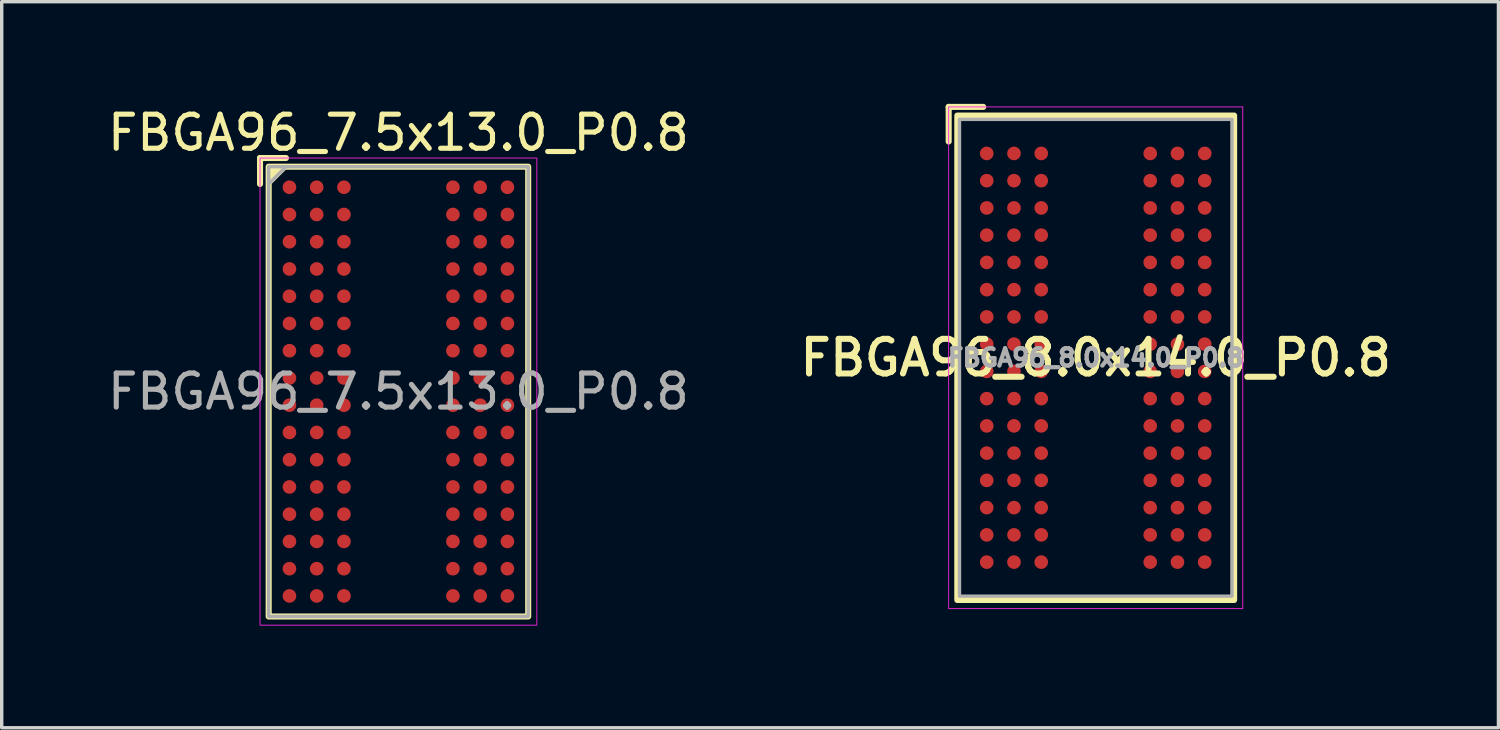
<source format=kicad_pcb>
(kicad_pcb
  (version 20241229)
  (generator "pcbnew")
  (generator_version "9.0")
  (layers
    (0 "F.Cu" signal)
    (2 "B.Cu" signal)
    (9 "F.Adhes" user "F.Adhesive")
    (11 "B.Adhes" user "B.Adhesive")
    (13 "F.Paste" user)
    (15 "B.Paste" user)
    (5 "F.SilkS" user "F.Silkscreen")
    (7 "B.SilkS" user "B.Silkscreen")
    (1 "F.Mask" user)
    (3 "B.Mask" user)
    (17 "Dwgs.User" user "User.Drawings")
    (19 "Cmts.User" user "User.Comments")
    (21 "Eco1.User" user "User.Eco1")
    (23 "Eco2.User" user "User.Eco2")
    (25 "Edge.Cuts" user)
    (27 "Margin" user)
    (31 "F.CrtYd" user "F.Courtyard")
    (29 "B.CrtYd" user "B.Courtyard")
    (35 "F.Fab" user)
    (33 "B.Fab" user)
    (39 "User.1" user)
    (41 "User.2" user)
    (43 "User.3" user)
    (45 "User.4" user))
  (footprint "FBGA96_7.5x13.0_P0.8"
    (layer "F.Cu")
    (at 8.649 8.448)
    (property "Reference" "FBGA96_7.5x13.0_P0.8" (at 0 -7.6 0) (unlocked yes) (layer "F.SilkS") (effects (font (size 1 1) (thickness 0.15))))
    (attr smd)
    (fp_line (start -4.064 -6.858) (end -3.302 -6.858) (stroke (width 0.178) (type solid)) (layer "F.SilkS"))
    (fp_line (start -4.064 -6.096) (end -4.064 -6.858) (stroke (width 0.178) (type solid)) (layer "F.SilkS"))
    (fp_rect (start 3.81 6.604) (end -3.81 -6.604) (stroke (width 0.178) (type solid)) (fill no) (layer "F.SilkS"))
    (fp_poly (pts (xy -3.81 -6.096) (xy -3.81 -6.604) (xy -3.302 -6.604)) (stroke (width 0.12) (type solid)) (fill yes) (layer "F.SilkS"))
    (fp_rect (start -4.064 -6.858) (end 4.064 6.858) (stroke (width 0.025) (type solid)) (fill no) (layer "F.CrtYd"))
    (fp_line (start -3.81 -6.096) (end -3.302 -6.604) (stroke (width 0.1) (type solid)) (layer "F.Fab"))
    (fp_rect (start -3.81 -6.604) (end 3.81 6.604) (stroke (width 0.1) (type solid)) (fill no) (layer "F.Fab"))
    (fp_text user "${REFERENCE}" (at 0 0 0) (unlocked yes) (layer "F.Fab") (effects (font (size 1 1) (thickness 0.15))))
    (pad "A1" smd circle (at -3.2 -6) (size 0.4 0.4) (layers "F.Cu" "F.Mask" "F.Paste"))
    (pad "A2" smd circle (at -2.4 -6) (size 0.4 0.4) (layers "F.Cu" "F.Mask" "F.Paste"))
    (pad "A3" smd circle (at -1.6 -6) (size 0.4 0.4) (layers "F.Cu" "F.Mask" "F.Paste"))
    (pad "A7" smd circle (at 1.6 -6) (size 0.4 0.4) (layers "F.Cu" "F.Mask" "F.Paste"))
    (pad "A8" smd circle (at 2.4 -6) (size 0.4 0.4) (layers "F.Cu" "F.Mask" "F.Paste"))
    (pad "A9" smd circle (at 3.2 -6) (size 0.4 0.4) (layers "F.Cu" "F.Mask" "F.Paste"))
    (pad "B1" smd circle (at -3.2 -5.2) (size 0.4 0.4) (layers "F.Cu" "F.Mask" "F.Paste"))
    (pad "B2" smd circle (at -2.4 -5.2) (size 0.4 0.4) (layers "F.Cu" "F.Mask" "F.Paste"))
    (pad "B3" smd circle (at -1.6 -5.2) (size 0.4 0.4) (layers "F.Cu" "F.Mask" "F.Paste"))
    (pad "B7" smd circle (at 1.6 -5.2) (size 0.4 0.4) (layers "F.Cu" "F.Mask" "F.Paste"))
    (pad "B8" smd circle (at 2.4 -5.2) (size 0.4 0.4) (layers "F.Cu" "F.Mask" "F.Paste"))
    (pad "B9" smd circle (at 3.2 -5.2) (size 0.4 0.4) (layers "F.Cu" "F.Mask" "F.Paste"))
    (pad "C1" smd circle (at -3.2 -4.4) (size 0.4 0.4) (layers "F.Cu" "F.Mask" "F.Paste"))
    (pad "C2" smd circle (at -2.4 -4.4) (size 0.4 0.4) (layers "F.Cu" "F.Mask" "F.Paste"))
    (pad "C3" smd circle (at -1.6 -4.4) (size 0.4 0.4) (layers "F.Cu" "F.Mask" "F.Paste"))
    (pad "C7" smd circle (at 1.6 -4.4) (size 0.4 0.4) (layers "F.Cu" "F.Mask" "F.Paste"))
    (pad "C8" smd circle (at 2.4 -4.4) (size 0.4 0.4) (layers "F.Cu" "F.Mask" "F.Paste"))
    (pad "C9" smd circle (at 3.2 -4.4) (size 0.4 0.4) (layers "F.Cu" "F.Mask" "F.Paste"))
    (pad "D1" smd circle (at -3.2 -3.6) (size 0.4 0.4) (layers "F.Cu" "F.Mask" "F.Paste"))
    (pad "D2" smd circle (at -2.4 -3.6) (size 0.4 0.4) (layers "F.Cu" "F.Mask" "F.Paste"))
    (pad "D3" smd circle (at -1.6 -3.6) (size 0.4 0.4) (layers "F.Cu" "F.Mask" "F.Paste"))
    (pad "D7" smd circle (at 1.6 -3.6) (size 0.4 0.4) (layers "F.Cu" "F.Mask" "F.Paste"))
    (pad "D8" smd circle (at 2.4 -3.6) (size 0.4 0.4) (layers "F.Cu" "F.Mask" "F.Paste"))
    (pad "D9" smd circle (at 3.2 -3.6) (size 0.4 0.4) (layers "F.Cu" "F.Mask" "F.Paste"))
    (pad "E1" smd circle (at -3.2 -2.8) (size 0.4 0.4) (layers "F.Cu" "F.Mask" "F.Paste"))
    (pad "E2" smd circle (at -2.4 -2.8) (size 0.4 0.4) (layers "F.Cu" "F.Mask" "F.Paste"))
    (pad "E3" smd circle (at -1.6 -2.8) (size 0.4 0.4) (layers "F.Cu" "F.Mask" "F.Paste"))
    (pad "E7" smd circle (at 1.6 -2.8) (size 0.4 0.4) (layers "F.Cu" "F.Mask" "F.Paste"))
    (pad "E8" smd circle (at 2.4 -2.8) (size 0.4 0.4) (layers "F.Cu" "F.Mask" "F.Paste"))
    (pad "E9" smd circle (at 3.2 -2.8) (size 0.4 0.4) (layers "F.Cu" "F.Mask" "F.Paste"))
    (pad "F1" smd circle (at -3.2 -2) (size 0.4 0.4) (layers "F.Cu" "F.Mask" "F.Paste"))
    (pad "F2" smd circle (at -2.4 -2) (size 0.4 0.4) (layers "F.Cu" "F.Mask" "F.Paste"))
    (pad "F3" smd circle (at -1.6 -2) (size 0.4 0.4) (layers "F.Cu" "F.Mask" "F.Paste"))
    (pad "F7" smd circle (at 1.6 -2) (size 0.4 0.4) (layers "F.Cu" "F.Mask" "F.Paste"))
    (pad "F8" smd circle (at 2.4 -2) (size 0.4 0.4) (layers "F.Cu" "F.Mask" "F.Paste"))
    (pad "F9" smd circle (at 3.2 -2) (size 0.4 0.4) (layers "F.Cu" "F.Mask" "F.Paste"))
    (pad "G1" smd circle (at -3.2 -1.2) (size 0.4 0.4) (layers "F.Cu" "F.Mask" "F.Paste"))
    (pad "G2" smd circle (at -2.4 -1.2) (size 0.4 0.4) (layers "F.Cu" "F.Mask" "F.Paste"))
    (pad "G3" smd circle (at -1.6 -1.2) (size 0.4 0.4) (layers "F.Cu" "F.Mask" "F.Paste"))
    (pad "G7" smd circle (at 1.6 -1.2) (size 0.4 0.4) (layers "F.Cu" "F.Mask" "F.Paste"))
    (pad "G8" smd circle (at 2.4 -1.2) (size 0.4 0.4) (layers "F.Cu" "F.Mask" "F.Paste"))
    (pad "G9" smd circle (at 3.2 -1.2) (size 0.4 0.4) (layers "F.Cu" "F.Mask" "F.Paste"))
    (pad "H1" smd circle (at -3.2 -0.4) (size 0.4 0.4) (layers "F.Cu" "F.Mask" "F.Paste"))
    (pad "H2" smd circle (at -2.4 -0.4) (size 0.4 0.4) (layers "F.Cu" "F.Mask" "F.Paste"))
    (pad "H3" smd circle (at -1.6 -0.4) (size 0.4 0.4) (layers "F.Cu" "F.Mask" "F.Paste"))
    (pad "H7" smd circle (at 1.6 -0.4) (size 0.4 0.4) (layers "F.Cu" "F.Mask" "F.Paste"))
    (pad "H8" smd circle (at 2.4 -0.4) (size 0.4 0.4) (layers "F.Cu" "F.Mask" "F.Paste"))
    (pad "H9" smd circle (at 3.2 -0.4) (size 0.4 0.4) (layers "F.Cu" "F.Mask" "F.Paste"))
    (pad "J1" smd circle (at -3.2 0.4) (size 0.4 0.4) (layers "F.Cu" "F.Mask" "F.Paste"))
    (pad "J2" smd circle (at -2.4 0.4) (size 0.4 0.4) (layers "F.Cu" "F.Mask" "F.Paste"))
    (pad "J3" smd circle (at -1.6 0.4) (size 0.4 0.4) (layers "F.Cu" "F.Mask" "F.Paste"))
    (pad "J7" smd circle (at 1.6 0.4) (size 0.4 0.4) (layers "F.Cu" "F.Mask" "F.Paste"))
    (pad "J8" smd circle (at 2.4 0.4) (size 0.4 0.4) (layers "F.Cu" "F.Mask" "F.Paste"))
    (pad "J9" smd circle (at 3.2 0.4) (size 0.4 0.4) (layers "F.Cu" "F.Mask" "F.Paste"))
    (pad "K1" smd circle (at -3.2 1.2) (size 0.4 0.4) (layers "F.Cu" "F.Mask" "F.Paste"))
    (pad "K2" smd circle (at -2.4 1.2) (size 0.4 0.4) (layers "F.Cu" "F.Mask" "F.Paste"))
    (pad "K3" smd circle (at -1.6 1.2) (size 0.4 0.4) (layers "F.Cu" "F.Mask" "F.Paste"))
    (pad "K7" smd circle (at 1.6 1.2) (size 0.4 0.4) (layers "F.Cu" "F.Mask" "F.Paste"))
    (pad "K8" smd circle (at 2.4 1.2) (size 0.4 0.4) (layers "F.Cu" "F.Mask" "F.Paste"))
    (pad "K9" smd circle (at 3.2 1.2) (size 0.4 0.4) (layers "F.Cu" "F.Mask" "F.Paste"))
    (pad "L1" smd circle (at -3.2 2) (size 0.4 0.4) (layers "F.Cu" "F.Mask" "F.Paste"))
    (pad "L2" smd circle (at -2.4 2) (size 0.4 0.4) (layers "F.Cu" "F.Mask" "F.Paste"))
    (pad "L3" smd circle (at -1.6 2) (size 0.4 0.4) (layers "F.Cu" "F.Mask" "F.Paste"))
    (pad "L7" smd circle (at 1.6 2) (size 0.4 0.4) (layers "F.Cu" "F.Mask" "F.Paste"))
    (pad "L8" smd circle (at 2.4 2) (size 0.4 0.4) (layers "F.Cu" "F.Mask" "F.Paste"))
    (pad "L9" smd circle (at 3.2 2) (size 0.4 0.4) (layers "F.Cu" "F.Mask" "F.Paste"))
    (pad "M1" smd circle (at -3.2 2.8) (size 0.4 0.4) (layers "F.Cu" "F.Mask" "F.Paste"))
    (pad "M2" smd circle (at -2.4 2.8) (size 0.4 0.4) (layers "F.Cu" "F.Mask" "F.Paste"))
    (pad "M3" smd circle (at -1.6 2.8) (size 0.4 0.4) (layers "F.Cu" "F.Mask" "F.Paste"))
    (pad "M7" smd circle (at 1.6 2.8) (size 0.4 0.4) (layers "F.Cu" "F.Mask" "F.Paste"))
    (pad "M8" smd circle (at 2.4 2.8) (size 0.4 0.4) (layers "F.Cu" "F.Mask" "F.Paste"))
    (pad "M9" smd circle (at 3.2 2.8) (size 0.4 0.4) (layers "F.Cu" "F.Mask" "F.Paste"))
    (pad "N1" smd circle (at -3.2 3.6) (size 0.4 0.4) (layers "F.Cu" "F.Mask" "F.Paste"))
    (pad "N2" smd circle (at -2.4 3.6) (size 0.4 0.4) (layers "F.Cu" "F.Mask" "F.Paste"))
    (pad "N3" smd circle (at -1.6 3.6) (size 0.4 0.4) (layers "F.Cu" "F.Mask" "F.Paste"))
    (pad "N7" smd circle (at 1.6 3.6) (size 0.4 0.4) (layers "F.Cu" "F.Mask" "F.Paste"))
    (pad "N8" smd circle (at 2.4 3.6) (size 0.4 0.4) (layers "F.Cu" "F.Mask" "F.Paste"))
    (pad "N9" smd circle (at 3.2 3.6) (size 0.4 0.4) (layers "F.Cu" "F.Mask" "F.Paste"))
    (pad "P1" smd circle (at -3.2 4.4) (size 0.4 0.4) (layers "F.Cu" "F.Mask" "F.Paste"))
    (pad "P2" smd circle (at -2.4 4.4) (size 0.4 0.4) (layers "F.Cu" "F.Mask" "F.Paste"))
    (pad "P3" smd circle (at -1.6 4.4) (size 0.4 0.4) (layers "F.Cu" "F.Mask" "F.Paste"))
    (pad "P7" smd circle (at 1.6 4.4) (size 0.4 0.4) (layers "F.Cu" "F.Mask" "F.Paste"))
    (pad "P8" smd circle (at 2.4 4.4) (size 0.4 0.4) (layers "F.Cu" "F.Mask" "F.Paste"))
    (pad "P9" smd circle (at 3.2 4.4) (size 0.4 0.4) (layers "F.Cu" "F.Mask" "F.Paste"))
    (pad "R1" smd circle (at -3.2 5.2) (size 0.4 0.4) (layers "F.Cu" "F.Mask" "F.Paste"))
    (pad "R2" smd circle (at -2.4 5.2) (size 0.4 0.4) (layers "F.Cu" "F.Mask" "F.Paste"))
    (pad "R3" smd circle (at -1.6 5.2) (size 0.4 0.4) (layers "F.Cu" "F.Mask" "F.Paste"))
    (pad "R7" smd circle (at 1.6 5.2) (size 0.4 0.4) (layers "F.Cu" "F.Mask" "F.Paste"))
    (pad "R8" smd circle (at 2.4 5.2) (size 0.4 0.4) (layers "F.Cu" "F.Mask" "F.Paste"))
    (pad "R9" smd circle (at 3.2 5.2) (size 0.4 0.4) (layers "F.Cu" "F.Mask" "F.Paste"))
    (pad "T1" smd circle (at -3.2 6) (size 0.4 0.4) (layers "F.Cu" "F.Mask" "F.Paste"))
    (pad "T2" smd circle (at -2.4 6) (size 0.4 0.4) (layers "F.Cu" "F.Mask" "F.Paste"))
    (pad "T3" smd circle (at -1.6 6) (size 0.4 0.4) (layers "F.Cu" "F.Mask" "F.Paste"))
    (pad "T7" smd circle (at 1.6 6) (size 0.4 0.4) (layers "F.Cu" "F.Mask" "F.Paste"))
    (pad "T8" smd circle (at 2.4 6) (size 0.4 0.4) (layers "F.Cu" "F.Mask" "F.Paste"))
    (pad "T9" smd circle (at 3.2 6) (size 0.4 0.4) (layers "F.Cu" "F.Mask" "F.Paste")))
  (footprint "FBGA96_8.0x14.0_P0.8"
    (layer "F.Cu")
    (at 29.123 7.455)
    (property "Reference" "FBGA96_8.0x14.0_P0.8" (at 0 0 0) (layer "F.SilkS") (effects (font (size 1.016 1.016) (thickness 0.178))))
    (attr smd)
    (fp_line (start -4.318 -6.35) (end -4.318 -7.366) (stroke (width 0.178) (type solid)) (layer "F.SilkS"))
    (fp_line (start -3.302 -7.366) (end -4.318 -7.366) (stroke (width 0.178) (type solid)) (layer "F.SilkS"))
    (fp_rect (start -4.064 -7.112) (end 4.064 7.112) (stroke (width 0.178) (type solid)) (fill no) (layer "F.SilkS"))
    (fp_rect (start -4.318 -7.366) (end 4.318 7.366) (stroke (width 0.025) (type solid)) (fill no) (layer "F.CrtYd"))
    (fp_rect (start -4 -7) (end 4 7) (stroke (width 0.1) (type solid)) (fill no) (layer "F.Fab"))
    (fp_text user "${REFERENCE}" (at 0 0 0) (layer "F.Fab") (effects (font (size 0.508 0.508) (thickness 0.127))))
    (pad "A1" smd circle (at -3.2 -6) (size 0.4 0.4) (layers "F.Cu" "F.Mask" "F.Paste"))
    (pad "A2" smd circle (at -2.4 -6) (size 0.4 0.4) (layers "F.Cu" "F.Mask" "F.Paste"))
    (pad "A3" smd circle (at -1.6 -6) (size 0.4 0.4) (layers "F.Cu" "F.Mask" "F.Paste"))
    (pad "A7" smd circle (at 1.6 -6) (size 0.4 0.4) (layers "F.Cu" "F.Mask" "F.Paste"))
    (pad "A8" smd circle (at 2.4 -6) (size 0.4 0.4) (layers "F.Cu" "F.Mask" "F.Paste"))
    (pad "A9" smd circle (at 3.2 -6) (size 0.4 0.4) (layers "F.Cu" "F.Mask" "F.Paste"))
    (pad "B1" smd circle (at -3.2 -5.2) (size 0.4 0.4) (layers "F.Cu" "F.Mask" "F.Paste"))
    (pad "B2" smd circle (at -2.4 -5.2) (size 0.4 0.4) (layers "F.Cu" "F.Mask" "F.Paste"))
    (pad "B3" smd circle (at -1.6 -5.2) (size 0.4 0.4) (layers "F.Cu" "F.Mask" "F.Paste"))
    (pad "B7" smd circle (at 1.6 -5.2) (size 0.4 0.4) (layers "F.Cu" "F.Mask" "F.Paste"))
    (pad "B8" smd circle (at 2.4 -5.2) (size 0.4 0.4) (layers "F.Cu" "F.Mask" "F.Paste"))
    (pad "B9" smd circle (at 3.2 -5.2) (size 0.4 0.4) (layers "F.Cu" "F.Mask" "F.Paste"))
    (pad "C1" smd circle (at -3.2 -4.4) (size 0.4 0.4) (layers "F.Cu" "F.Mask" "F.Paste"))
    (pad "C2" smd circle (at -2.4 -4.4) (size 0.4 0.4) (layers "F.Cu" "F.Mask" "F.Paste"))
    (pad "C3" smd circle (at -1.6 -4.4) (size 0.4 0.4) (layers "F.Cu" "F.Mask" "F.Paste"))
    (pad "C7" smd circle (at 1.6 -4.4) (size 0.4 0.4) (layers "F.Cu" "F.Mask" "F.Paste"))
    (pad "C8" smd circle (at 2.4 -4.4) (size 0.4 0.4) (layers "F.Cu" "F.Mask" "F.Paste"))
    (pad "C9" smd circle (at 3.2 -4.4) (size 0.4 0.4) (layers "F.Cu" "F.Mask" "F.Paste"))
    (pad "D1" smd circle (at -3.2 -3.6) (size 0.4 0.4) (layers "F.Cu" "F.Mask" "F.Paste"))
    (pad "D2" smd circle (at -2.4 -3.6) (size 0.4 0.4) (layers "F.Cu" "F.Mask" "F.Paste"))
    (pad "D3" smd circle (at -1.6 -3.6) (size 0.4 0.4) (layers "F.Cu" "F.Mask" "F.Paste"))
    (pad "D7" smd circle (at 1.6 -3.6) (size 0.4 0.4) (layers "F.Cu" "F.Mask" "F.Paste"))
    (pad "D8" smd circle (at 2.4 -3.6) (size 0.4 0.4) (layers "F.Cu" "F.Mask" "F.Paste"))
    (pad "D9" smd circle (at 3.2 -3.6) (size 0.4 0.4) (layers "F.Cu" "F.Mask" "F.Paste"))
    (pad "E1" smd circle (at -3.2 -2.8) (size 0.4 0.4) (layers "F.Cu" "F.Mask" "F.Paste"))
    (pad "E2" smd circle (at -2.4 -2.8) (size 0.4 0.4) (layers "F.Cu" "F.Mask" "F.Paste"))
    (pad "E3" smd circle (at -1.6 -2.8) (size 0.4 0.4) (layers "F.Cu" "F.Mask" "F.Paste"))
    (pad "E7" smd circle (at 1.6 -2.8) (size 0.4 0.4) (layers "F.Cu" "F.Mask" "F.Paste"))
    (pad "E8" smd circle (at 2.4 -2.8) (size 0.4 0.4) (layers "F.Cu" "F.Mask" "F.Paste"))
    (pad "E9" smd circle (at 3.2 -2.8) (size 0.4 0.4) (layers "F.Cu" "F.Mask" "F.Paste"))
    (pad "F1" smd circle (at -3.2 -2) (size 0.4 0.4) (layers "F.Cu" "F.Mask" "F.Paste"))
    (pad "F2" smd circle (at -2.4 -2) (size 0.4 0.4) (layers "F.Cu" "F.Mask" "F.Paste"))
    (pad "F3" smd circle (at -1.6 -2) (size 0.4 0.4) (layers "F.Cu" "F.Mask" "F.Paste"))
    (pad "F7" smd circle (at 1.6 -2) (size 0.4 0.4) (layers "F.Cu" "F.Mask" "F.Paste"))
    (pad "F8" smd circle (at 2.4 -2) (size 0.4 0.4) (layers "F.Cu" "F.Mask" "F.Paste"))
    (pad "F9" smd circle (at 3.2 -2) (size 0.4 0.4) (layers "F.Cu" "F.Mask" "F.Paste"))
    (pad "G1" smd circle (at -3.2 -1.2) (size 0.4 0.4) (layers "F.Cu" "F.Mask" "F.Paste"))
    (pad "G2" smd circle (at -2.4 -1.2) (size 0.4 0.4) (layers "F.Cu" "F.Mask" "F.Paste"))
    (pad "G3" smd circle (at -1.6 -1.2) (size 0.4 0.4) (layers "F.Cu" "F.Mask" "F.Paste"))
    (pad "G7" smd circle (at 1.6 -1.2) (size 0.4 0.4) (layers "F.Cu" "F.Mask" "F.Paste"))
    (pad "G8" smd circle (at 2.4 -1.2) (size 0.4 0.4) (layers "F.Cu" "F.Mask" "F.Paste"))
    (pad "G9" smd circle (at 3.2 -1.2) (size 0.4 0.4) (layers "F.Cu" "F.Mask" "F.Paste"))
    (pad "H1" smd circle (at -3.2 -0.4) (size 0.4 0.4) (layers "F.Cu" "F.Mask" "F.Paste"))
    (pad "H2" smd circle (at -2.4 -0.4) (size 0.4 0.4) (layers "F.Cu" "F.Mask" "F.Paste"))
    (pad "H3" smd circle (at -1.6 -0.4) (size 0.4 0.4) (layers "F.Cu" "F.Mask" "F.Paste"))
    (pad "H7" smd circle (at 1.6 -0.4) (size 0.4 0.4) (layers "F.Cu" "F.Mask" "F.Paste"))
    (pad "H8" smd circle (at 2.4 -0.4) (size 0.4 0.4) (layers "F.Cu" "F.Mask" "F.Paste"))
    (pad "H9" smd circle (at 3.2 -0.4) (size 0.4 0.4) (layers "F.Cu" "F.Mask" "F.Paste"))
    (pad "J1" smd circle (at -3.2 0.4) (size 0.4 0.4) (layers "F.Cu" "F.Mask" "F.Paste"))
    (pad "J2" smd circle (at -2.4 0.4) (size 0.4 0.4) (layers "F.Cu" "F.Mask" "F.Paste"))
    (pad "J3" smd circle (at -1.6 0.4) (size 0.4 0.4) (layers "F.Cu" "F.Mask" "F.Paste"))
    (pad "J7" smd circle (at 1.6 0.4) (size 0.4 0.4) (layers "F.Cu" "F.Mask" "F.Paste"))
    (pad "J8" smd circle (at 2.4 0.4) (size 0.4 0.4) (layers "F.Cu" "F.Mask" "F.Paste"))
    (pad "J9" smd circle (at 3.2 0.4) (size 0.4 0.4) (layers "F.Cu" "F.Mask" "F.Paste"))
    (pad "K1" smd circle (at -3.2 1.2) (size 0.4 0.4) (layers "F.Cu" "F.Mask" "F.Paste"))
    (pad "K2" smd circle (at -2.4 1.2) (size 0.4 0.4) (layers "F.Cu" "F.Mask" "F.Paste"))
    (pad "K3" smd circle (at -1.6 1.2) (size 0.4 0.4) (layers "F.Cu" "F.Mask" "F.Paste"))
    (pad "K7" smd circle (at 1.6 1.2) (size 0.4 0.4) (layers "F.Cu" "F.Mask" "F.Paste"))
    (pad "K8" smd circle (at 2.4 1.2) (size 0.4 0.4) (layers "F.Cu" "F.Mask" "F.Paste"))
    (pad "K9" smd circle (at 3.2 1.2) (size 0.4 0.4) (layers "F.Cu" "F.Mask" "F.Paste"))
    (pad "L1" smd circle (at -3.2 2) (size 0.4 0.4) (layers "F.Cu" "F.Mask" "F.Paste"))
    (pad "L2" smd circle (at -2.4 2) (size 0.4 0.4) (layers "F.Cu" "F.Mask" "F.Paste"))
    (pad "L3" smd circle (at -1.6 2) (size 0.4 0.4) (layers "F.Cu" "F.Mask" "F.Paste"))
    (pad "L7" smd circle (at 1.6 2) (size 0.4 0.4) (layers "F.Cu" "F.Mask" "F.Paste"))
    (pad "L8" smd circle (at 2.4 2) (size 0.4 0.4) (layers "F.Cu" "F.Mask" "F.Paste"))
    (pad "L9" smd circle (at 3.2 2) (size 0.4 0.4) (layers "F.Cu" "F.Mask" "F.Paste"))
    (pad "M1" smd circle (at -3.2 2.8) (size 0.4 0.4) (layers "F.Cu" "F.Mask" "F.Paste"))
    (pad "M2" smd circle (at -2.4 2.8) (size 0.4 0.4) (layers "F.Cu" "F.Mask" "F.Paste"))
    (pad "M3" smd circle (at -1.6 2.8) (size 0.4 0.4) (layers "F.Cu" "F.Mask" "F.Paste"))
    (pad "M7" smd circle (at 1.6 2.8) (size 0.4 0.4) (layers "F.Cu" "F.Mask" "F.Paste"))
    (pad "M8" smd circle (at 2.4 2.8) (size 0.4 0.4) (layers "F.Cu" "F.Mask" "F.Paste"))
    (pad "M9" smd circle (at 3.2 2.8) (size 0.4 0.4) (layers "F.Cu" "F.Mask" "F.Paste"))
    (pad "N1" smd circle (at -3.2 3.6) (size 0.4 0.4) (layers "F.Cu" "F.Mask" "F.Paste"))
    (pad "N2" smd circle (at -2.4 3.6) (size 0.4 0.4) (layers "F.Cu" "F.Mask" "F.Paste"))
    (pad "N3" smd circle (at -1.6 3.6) (size 0.4 0.4) (layers "F.Cu" "F.Mask" "F.Paste"))
    (pad "N7" smd circle (at 1.6 3.6) (size 0.4 0.4) (layers "F.Cu" "F.Mask" "F.Paste"))
    (pad "N8" smd circle (at 2.4 3.6) (size 0.4 0.4) (layers "F.Cu" "F.Mask" "F.Paste"))
    (pad "N9" smd circle (at 3.2 3.6) (size 0.4 0.4) (layers "F.Cu" "F.Mask" "F.Paste"))
    (pad "P1" smd circle (at -3.2 4.4) (size 0.4 0.4) (layers "F.Cu" "F.Mask" "F.Paste"))
    (pad "P2" smd circle (at -2.4 4.4) (size 0.4 0.4) (layers "F.Cu" "F.Mask" "F.Paste"))
    (pad "P3" smd circle (at -1.6 4.4) (size 0.4 0.4) (layers "F.Cu" "F.Mask" "F.Paste"))
    (pad "P7" smd circle (at 1.6 4.4) (size 0.4 0.4) (layers "F.Cu" "F.Mask" "F.Paste"))
    (pad "P8" smd circle (at 2.4 4.4) (size 0.4 0.4) (layers "F.Cu" "F.Mask" "F.Paste"))
    (pad "P9" smd circle (at 3.2 4.4) (size 0.4 0.4) (layers "F.Cu" "F.Mask" "F.Paste"))
    (pad "R1" smd circle (at -3.2 5.2) (size 0.4 0.4) (layers "F.Cu" "F.Mask" "F.Paste"))
    (pad "R2" smd circle (at -2.4 5.2) (size 0.4 0.4) (layers "F.Cu" "F.Mask" "F.Paste"))
    (pad "R3" smd circle (at -1.6 5.2) (size 0.4 0.4) (layers "F.Cu" "F.Mask" "F.Paste"))
    (pad "R7" smd circle (at 1.6 5.2) (size 0.4 0.4) (layers "F.Cu" "F.Mask" "F.Paste"))
    (pad "R8" smd circle (at 2.4 5.2) (size 0.4 0.4) (layers "F.Cu" "F.Mask" "F.Paste"))
    (pad "R9" smd circle (at 3.2 5.2) (size 0.4 0.4) (layers "F.Cu" "F.Mask" "F.Paste"))
    (pad "T1" smd circle (at -3.2 6) (size 0.4 0.4) (layers "F.Cu" "F.Mask" "F.Paste"))
    (pad "T2" smd circle (at -2.4 6) (size 0.4 0.4) (layers "F.Cu" "F.Mask" "F.Paste"))
    (pad "T3" smd circle (at -1.6 6) (size 0.4 0.4) (layers "F.Cu" "F.Mask" "F.Paste"))
    (pad "T7" smd circle (at 1.6 6) (size 0.4 0.4) (layers "F.Cu" "F.Mask" "F.Paste"))
    (pad "T8" smd circle (at 2.4 6) (size 0.4 0.4) (layers "F.Cu" "F.Mask" "F.Paste"))
    (pad "T9" smd circle (at 3.2 6) (size 0.4 0.4) (layers "F.Cu" "F.Mask" "F.Paste")))
  (gr_rect
    (start -3 -3)
    (end 40.948 18.319)
    (stroke (width 0.1) (type default))
    (fill no)
    (layer "Edge.Cuts")))
</source>
